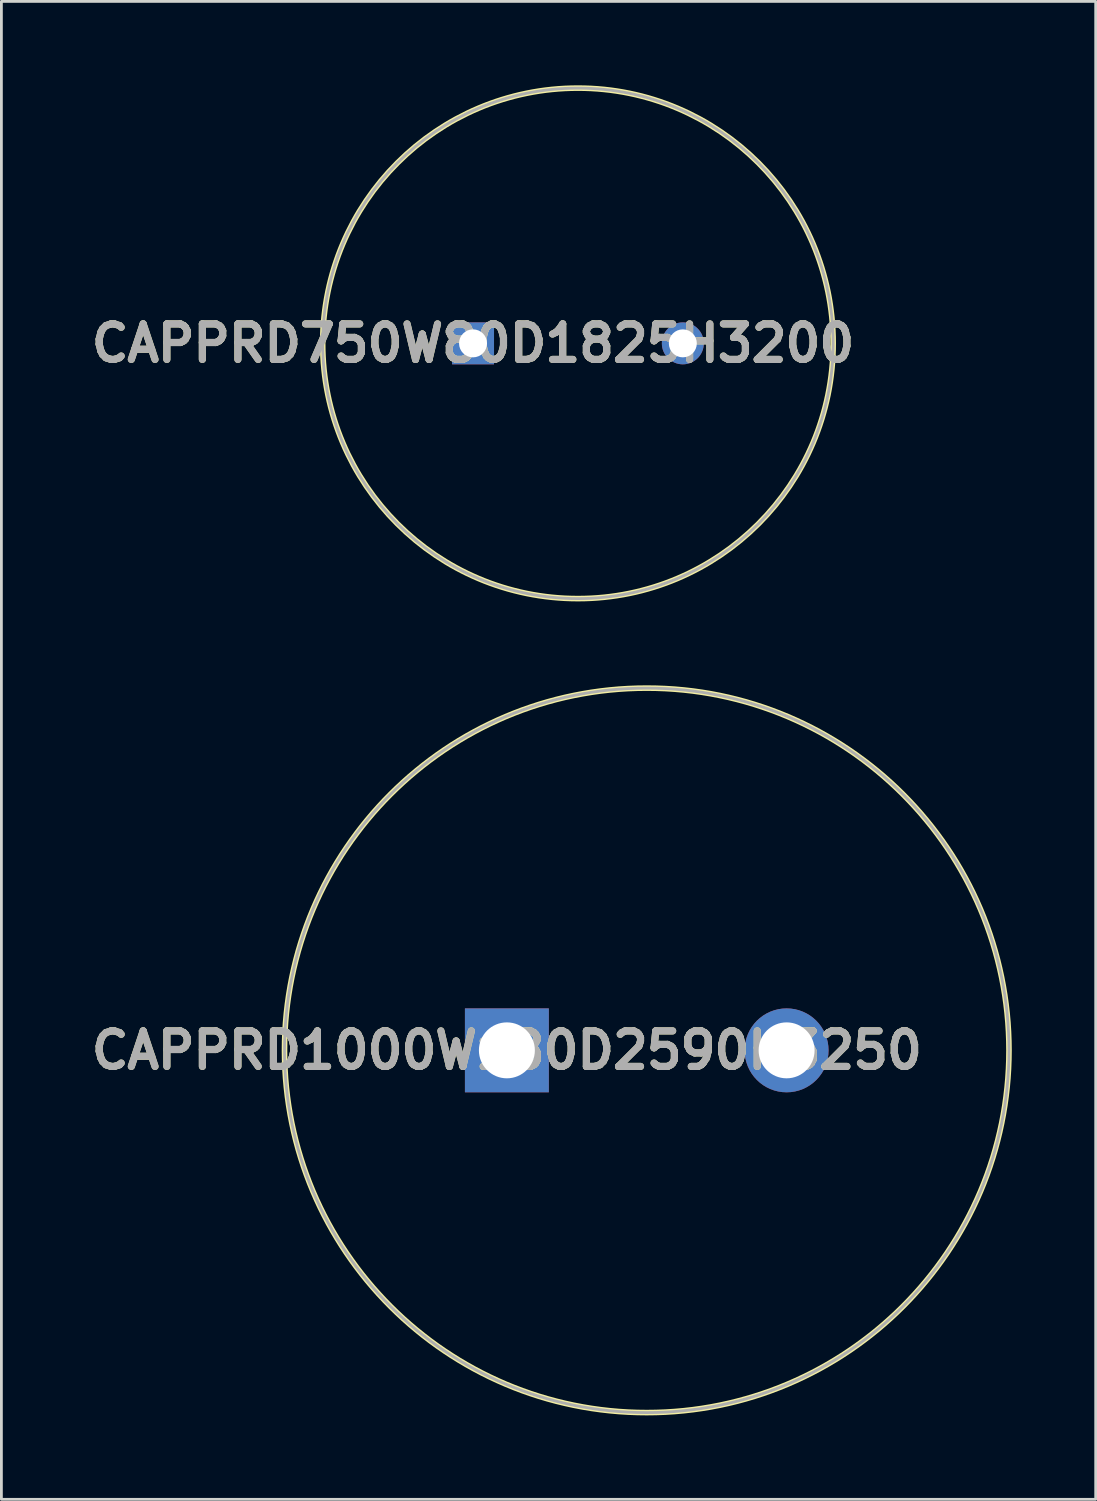
<source format=kicad_pcb>
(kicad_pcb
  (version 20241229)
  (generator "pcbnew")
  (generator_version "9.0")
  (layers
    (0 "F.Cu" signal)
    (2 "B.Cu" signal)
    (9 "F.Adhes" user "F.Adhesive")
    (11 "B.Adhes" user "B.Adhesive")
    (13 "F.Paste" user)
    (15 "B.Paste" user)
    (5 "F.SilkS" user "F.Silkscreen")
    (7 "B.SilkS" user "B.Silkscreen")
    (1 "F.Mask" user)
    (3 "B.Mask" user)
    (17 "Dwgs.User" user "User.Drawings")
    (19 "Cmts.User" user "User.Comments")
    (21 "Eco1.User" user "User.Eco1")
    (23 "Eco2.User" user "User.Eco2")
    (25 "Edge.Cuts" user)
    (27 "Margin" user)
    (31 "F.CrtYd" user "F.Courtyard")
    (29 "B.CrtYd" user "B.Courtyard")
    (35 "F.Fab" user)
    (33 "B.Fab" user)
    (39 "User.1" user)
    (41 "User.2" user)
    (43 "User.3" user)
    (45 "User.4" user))
  (footprint "CAPPRD750W80D1825H3200"
    (layer "F.Cu")
    (at 13.861 9.225)
    (property "Reference" "CAPPRD750W80D1825H3200" (at 0 0 0) (layer "F.SilkS") (effects (font (size 1.27 1.27) (thickness 0.254))))
    (attr through_hole)
    (fp_circle (center 3.75 0) (end 3.75 9.125) (stroke (width 0.2) (type solid)) (fill no) (layer "F.SilkS"))
    (fp_circle (center 3.75 0) (end 3.75 9.125) (stroke (width 0.1) (type solid)) (fill no) (layer "F.Fab"))
    (fp_text user "${REFERENCE}" (at 0 0 0) (layer "F.Fab") (effects (font (size 1.27 1.27) (thickness 0.254))))
    (pad "1" thru_hole rect (at 0 0) (size 1.5 1.5) (drill 1) (layers "*.Cu" "*.Mask"))
    (pad "2" thru_hole circle (at 7.5 0) (size 1.5 1.5) (drill 1) (layers "*.Cu" "*.Mask")))
  (footprint "CAPPRD1000W180D2590H3250"
    (layer "F.Cu")
    (at 15.071 34.5)
    (property "Reference" "CAPPRD1000W180D2590H3250" (at 0 0 0) (layer "F.SilkS") (effects (font (size 1.27 1.27) (thickness 0.254))))
    (attr through_hole)
    (fp_circle (center 5 0) (end 5 12.95) (stroke (width 0.2) (type solid)) (fill no) (layer "F.SilkS"))
    (fp_circle (center 5 0) (end 5 12.95) (stroke (width 0.1) (type solid)) (fill no) (layer "F.Fab"))
    (fp_text user "${REFERENCE}" (at 0 0 0) (layer "F.Fab") (effects (font (size 1.27 1.27) (thickness 0.254))))
    (pad "1" thru_hole rect (at 0 0) (size 3 3) (drill 2) (layers "*.Cu" "*.Mask"))
    (pad "2" thru_hole circle (at 10 0) (size 3 3) (drill 2) (layers "*.Cu" "*.Mask")))
  (gr_rect
    (start -3 -3)
    (end 36.121 50.55)
    (stroke (width 0.1) (type default))
    (fill no)
    (layer "Edge.Cuts")))
</source>
